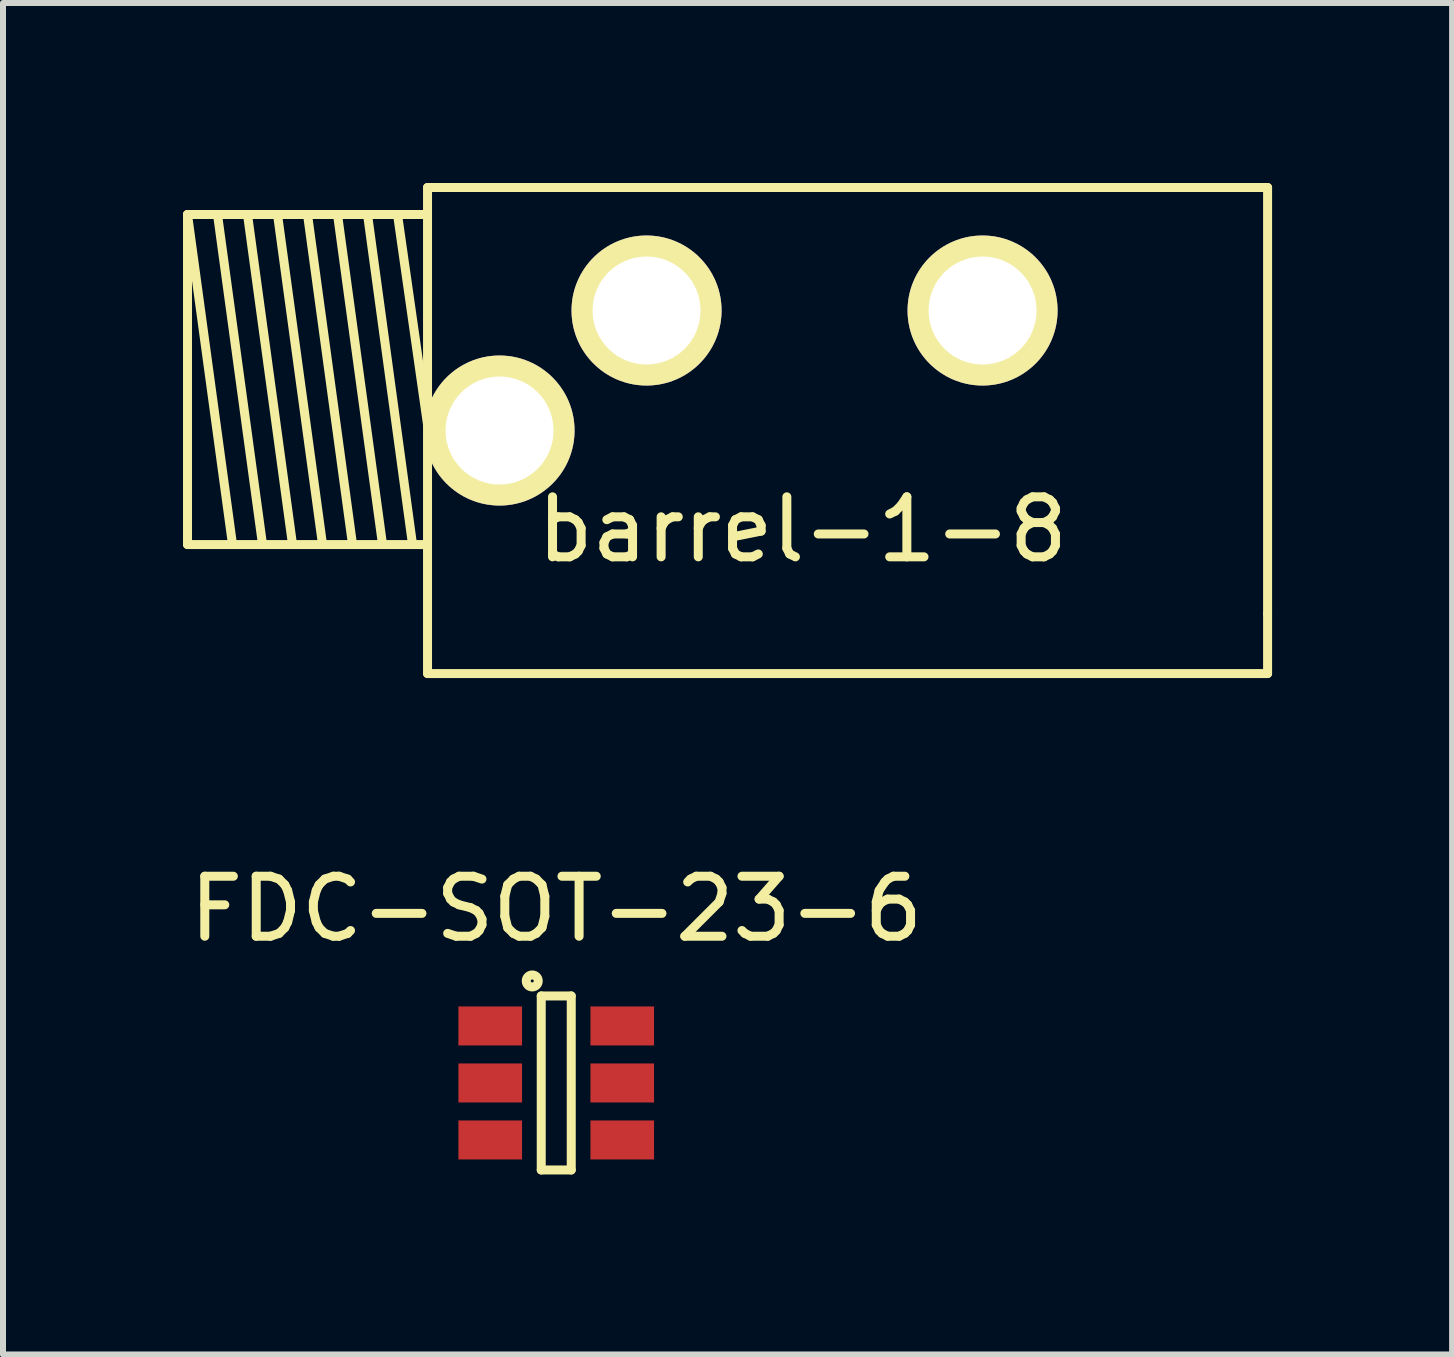
<source format=kicad_pcb>
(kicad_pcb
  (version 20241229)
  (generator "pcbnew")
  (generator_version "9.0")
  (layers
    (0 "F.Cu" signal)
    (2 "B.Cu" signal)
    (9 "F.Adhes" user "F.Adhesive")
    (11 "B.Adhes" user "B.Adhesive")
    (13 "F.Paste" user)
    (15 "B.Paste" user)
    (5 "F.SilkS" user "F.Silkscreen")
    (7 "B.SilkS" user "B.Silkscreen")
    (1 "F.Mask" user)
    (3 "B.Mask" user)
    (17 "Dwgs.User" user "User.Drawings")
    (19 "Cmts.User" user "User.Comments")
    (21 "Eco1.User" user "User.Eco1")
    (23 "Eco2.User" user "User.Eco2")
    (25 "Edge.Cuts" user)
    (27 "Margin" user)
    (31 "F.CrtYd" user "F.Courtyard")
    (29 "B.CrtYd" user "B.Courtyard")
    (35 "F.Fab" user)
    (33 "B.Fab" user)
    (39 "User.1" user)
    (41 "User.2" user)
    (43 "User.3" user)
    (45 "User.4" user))
  (footprint "FDC-SOT-23-6"
    (layer "F.Cu")
    (at 6.22 14.998)
    (property "Reference" "FDC-SOT-23-6" (at 0 -2.9 0) (layer "F.SilkS") (effects (font (size 1 1) (thickness 0.15))))
    (attr smd)
    (fp_line (start -0.25 -1.45) (end -0.25 1.45) (stroke (width 0.15) (type solid)) (layer "F.SilkS"))
    (fp_line (start -0.25 1.45) (end 0.25 1.45) (stroke (width 0.15) (type solid)) (layer "F.SilkS"))
    (fp_line (start 0.25 -1.45) (end -0.25 -1.45) (stroke (width 0.15) (type solid)) (layer "F.SilkS"))
    (fp_line (start 0.25 1.45) (end 0.25 -1.45) (stroke (width 0.15) (type solid)) (layer "F.SilkS"))
    (fp_circle (center -0.4 -1.7) (end -0.3 -1.7) (stroke (width 0.15) (type solid)) (fill no) (layer "F.SilkS"))
    (pad "1" smd rect (at -1.1 -0.95) (size 1.06 0.65) (layers "F.Cu" "F.Mask" "F.Paste"))
    (pad "1" smd rect (at -1.1 0) (size 1.06 0.65) (layers "F.Cu" "F.Mask" "F.Paste"))
    (pad "1" smd rect (at 1.1 -0.95) (size 1.06 0.65) (layers "F.Cu" "F.Mask" "F.Paste"))
    (pad "1" smd rect (at 1.1 0) (size 1.06 0.65) (layers "F.Cu" "F.Mask" "F.Paste"))
    (pad "2" smd rect (at -1.1 0.95) (size 1.06 0.65) (layers "F.Cu" "F.Mask" "F.Paste"))
    (pad "3" smd rect (at 1.1 0.95) (size 1.06 0.65) (layers "F.Cu" "F.Mask" "F.Paste")))
  (footprint "barrel-1-8"
    (layer "F.Cu")
    (at 4.075 3.275)
    (property "Reference" "barrel-1-8" (at 6.25 2.5 0) (layer "F.SilkS") (effects (font (size 1 1) (thickness 0.15))))
    (attr through_hole)
    (fp_line (start -4 -2.75) (end -4 2.75) (stroke (width 0.15) (type solid)) (layer "F.SilkS"))
    (fp_line (start -4 -2.75) (end -3.25 2.75) (stroke (width 0.15) (type solid)) (layer "F.SilkS"))
    (fp_line (start -4 2.75) (end 0 2.75) (stroke (width 0.15) (type solid)) (layer "F.SilkS"))
    (fp_line (start -3.5 -2.75) (end -2.75 2.75) (stroke (width 0.15) (type solid)) (layer "F.SilkS"))
    (fp_line (start -3 -2.75) (end -2.25 2.75) (stroke (width 0.15) (type solid)) (layer "F.SilkS"))
    (fp_line (start -2.5 -2.75) (end -1.75 2.75) (stroke (width 0.15) (type solid)) (layer "F.SilkS"))
    (fp_line (start -2 -2.75) (end -1.25 2.75) (stroke (width 0.15) (type solid)) (layer "F.SilkS"))
    (fp_line (start -1.5 -2.75) (end -0.75 2.75) (stroke (width 0.15) (type solid)) (layer "F.SilkS"))
    (fp_line (start -1 -2.75) (end -0.25 2.75) (stroke (width 0.15) (type solid)) (layer "F.SilkS"))
    (fp_line (start -0.5 -2.75) (end 0 0.75) (stroke (width 0.15) (type solid)) (layer "F.SilkS"))
    (fp_line (start 0 -3.2) (end 14 -3.2) (stroke (width 0.15) (type solid)) (layer "F.SilkS"))
    (fp_line (start 0 -2.75) (end -4 -2.75) (stroke (width 0.15) (type solid)) (layer "F.SilkS"))
    (fp_line (start 0 4.9) (end 0 -3.2) (stroke (width 0.15) (type solid)) (layer "F.SilkS"))
    (fp_line (start 14 -3.2) (end 14 3.9) (stroke (width 0.15) (type solid)) (layer "F.SilkS"))
    (fp_line (start 14 3.9) (end 14 4.9) (stroke (width 0.15) (type solid)) (layer "F.SilkS"))
    (fp_line (start 14 4.9) (end 0 4.9) (stroke (width 0.15) (type solid)) (layer "F.SilkS"))
    (pad "1" thru_hole circle (at 1.2 0.85) (size 2.5 2.5) (drill 1.8) (layers "*.Cu" "*.Mask" "F.SilkS"))
    (pad "2" thru_hole circle (at 3.65 -1.15) (size 2.5 2.5) (drill 1.8) (layers "*.Cu" "*.Mask" "F.SilkS"))
    (pad "3" thru_hole circle (at 9.25 -1.15) (size 2.5 2.5) (drill 1.8) (layers "*.Cu" "*.Mask" "F.SilkS")))
  (gr_rect
    (start -3 -3)
    (end 21.15 19.523)
    (stroke (width 0.1) (type default))
    (fill no)
    (layer "Edge.Cuts")))
</source>
